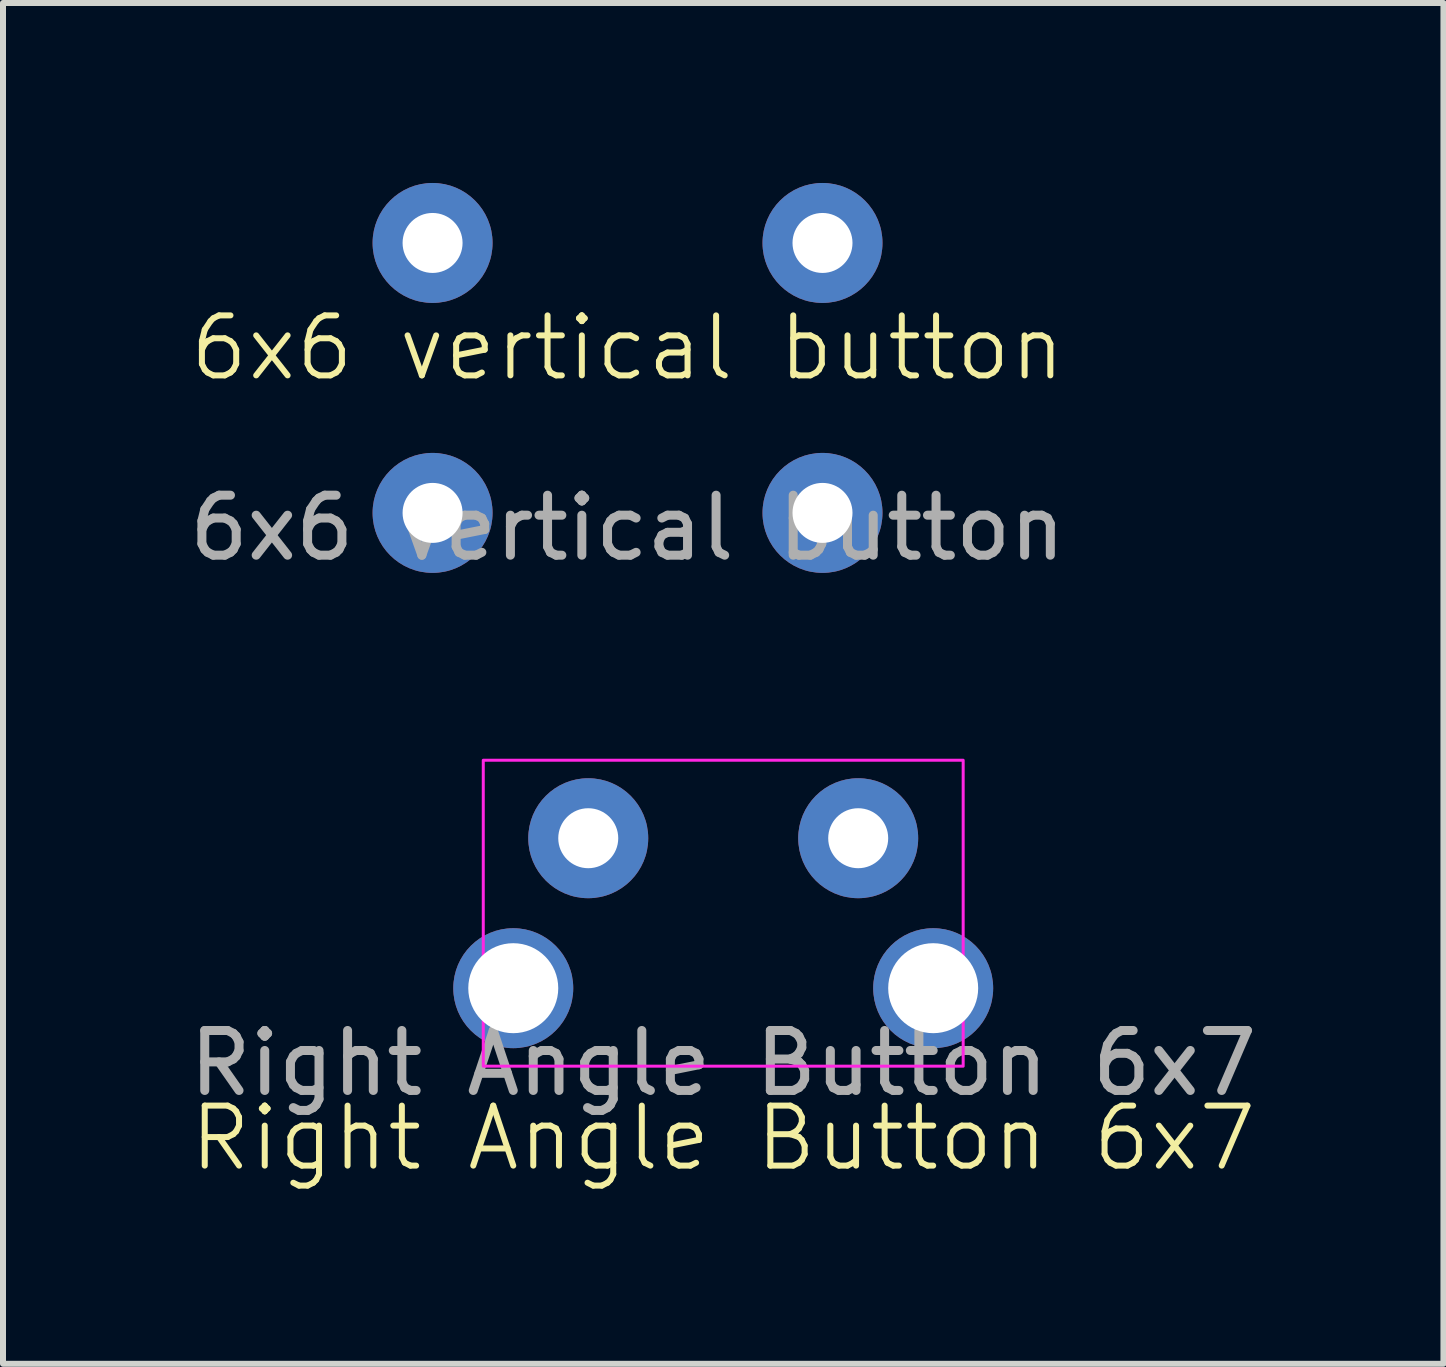
<source format=kicad_pcb>
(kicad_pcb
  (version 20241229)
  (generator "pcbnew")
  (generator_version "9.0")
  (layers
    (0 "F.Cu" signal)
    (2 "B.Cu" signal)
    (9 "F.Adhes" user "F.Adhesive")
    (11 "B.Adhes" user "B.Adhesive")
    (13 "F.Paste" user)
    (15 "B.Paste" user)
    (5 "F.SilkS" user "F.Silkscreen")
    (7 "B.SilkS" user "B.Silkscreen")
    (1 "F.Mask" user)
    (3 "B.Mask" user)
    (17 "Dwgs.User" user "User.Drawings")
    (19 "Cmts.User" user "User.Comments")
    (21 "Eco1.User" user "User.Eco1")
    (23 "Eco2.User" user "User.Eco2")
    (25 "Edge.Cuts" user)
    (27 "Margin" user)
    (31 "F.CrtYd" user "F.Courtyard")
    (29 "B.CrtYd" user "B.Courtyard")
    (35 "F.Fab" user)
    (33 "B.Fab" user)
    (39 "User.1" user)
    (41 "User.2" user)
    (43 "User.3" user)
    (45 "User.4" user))
  (footprint "Right Angle Button 6x7"
    (layer "F.Cu")
    (at 9.006 12.173)
    (property "Reference" "Right Angle Button 6x7" (at 0 3.75 0) (unlocked yes) (layer "F.SilkS") (effects (font (size 1 1) (thickness 0.1))))
    (attr exclude_from_pos_files exclude_from_bom)
    (fp_rect (start -4 -2.55) (end 4 2.55) (stroke (width 0.05) (type solid)) (fill no) (layer "F.CrtYd"))
    (fp_text user "${REFERENCE}" (at 0 2.5 0) (unlocked yes) (layer "F.Fab") (effects (font (size 1 1) (thickness 0.15))))
    (pad "1" thru_hole circle (at -2.25 -1.25 180) (size 2 2) (drill 1) (layers "*.Cu" "*.Mask"))
    (pad "1" thru_hole circle (at 2.25 -1.25 180) (size 2 2) (drill 1) (layers "*.Cu" "*.Mask"))
    (pad "2" thru_hole circle (at -3.5 1.25 180) (size 2 2) (drill 1.5) (layers "*.Cu" "*.Mask"))
    (pad "2" thru_hole circle (at 3.5 1.25 180) (size 2 2) (drill 1.5) (layers "*.Cu" "*.Mask")))
  (footprint "6x6 vertical button"
    (layer "F.Cu")
    (at 7.411 3.25)
    (property "Reference" "6x6 vertical button" (at 0 -0.5 0) (unlocked yes) (layer "F.SilkS") (effects (font (size 1 1) (thickness 0.1))))
    (attr smd)
    (fp_text user "${REFERENCE}" (at 0 2.5 0) (unlocked yes) (layer "F.Fab") (effects (font (size 1 1) (thickness 0.15))))
    (pad "1" thru_hole circle (at -3.25 -2.25) (size 2 2) (drill 1) (layers "*.Cu" "*.Mask"))
    (pad "1" thru_hole circle (at 3.25 -2.25) (size 2 2) (drill 1) (layers "*.Cu" "*.Mask"))
    (pad "2" thru_hole circle (at -3.25 2.25) (size 2 2) (drill 1) (layers "*.Cu" "*.Mask"))
    (pad "2" thru_hole circle (at 3.25 2.25) (size 2 2) (drill 1) (layers "*.Cu" "*.Mask")))
  (gr_rect
    (start -3 -3)
    (end 21.012 19.684)
    (stroke (width 0.1) (type default))
    (fill no)
    (layer "Edge.Cuts")))
</source>
